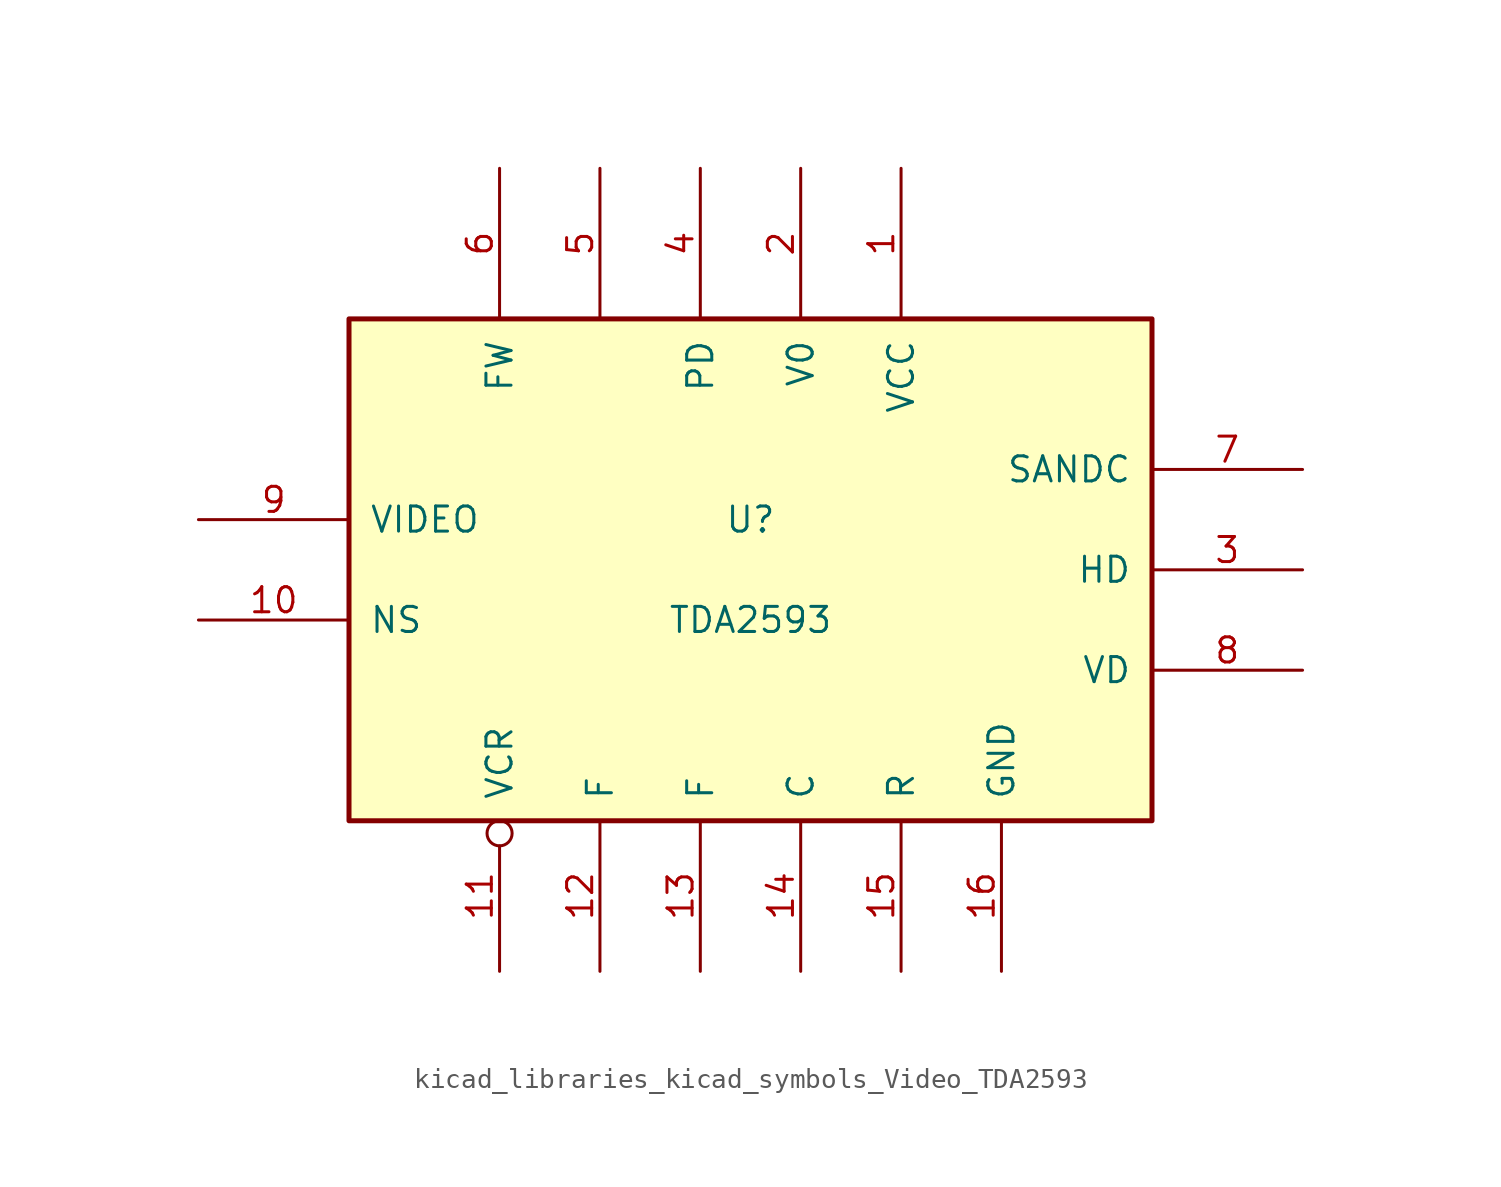
<source format=kicad_sym>
(kicad_symbol_lib
  (version 20220914)
  (generator kicad_symbol_editor)
  (symbol "kicad_libraries_kicad_symbols_Video_TDA2593"
    (pin_names
      (offset 1.016))
    (property "Reference" "U"
      (at 0 2.54 0)
      (effects (font (size 1.27 1.27))))
    (property "Value" "TDA2593"
      (at 0 -2.54 0)
      (effects (font (size 1.27 1.27))))
    (symbol "kicad_libraries_kicad_symbols_Video_TDA2593_0_1"
      (rectangle (start -20.32 -12.7) (end 20.32 12.7) (stroke (width 0.254) (type default)) (fill (type background))))
    (symbol "kicad_libraries_kicad_symbols_Video_TDA2593_1_1"
      (pin input line (at 7.62 20.32 270) (length 7.62) (name "VCC" (effects (font (size 1.27 1.27)))) (number "1" (effects (font (size 1.27 1.27)))))
      (pin input line (at -27.94 -2.54 0) (length 7.62) (name "NS" (effects (font (size 1.27 1.27)))) (number "10" (effects (font (size 1.27 1.27)))))
      (pin input inverted (at -12.7 -20.32 90) (length 7.62) (name "VCR" (effects (font (size 1.27 1.27)))) (number "11" (effects (font (size 1.27 1.27)))))
      (pin input line (at -7.62 -20.32 90) (length 7.62) (name "F" (effects (font (size 1.27 1.27)))) (number "12" (effects (font (size 1.27 1.27)))))
      (pin input line (at -2.54 -20.32 90) (length 7.62) (name "F" (effects (font (size 1.27 1.27)))) (number "13" (effects (font (size 1.27 1.27)))))
      (pin input line (at 2.54 -20.32 90) (length 7.62) (name "C" (effects (font (size 1.27 1.27)))) (number "14" (effects (font (size 1.27 1.27)))))
      (pin input line (at 7.62 -20.32 90) (length 7.62) (name "R" (effects (font (size 1.27 1.27)))) (number "15" (effects (font (size 1.27 1.27)))))
      (pin input line (at 12.7 -20.32 90) (length 7.62) (name "GND" (effects (font (size 1.27 1.27)))) (number "16" (effects (font (size 1.27 1.27)))))
      (pin input line (at 2.54 20.32 270) (length 7.62) (name "V0" (effects (font (size 1.27 1.27)))) (number "2" (effects (font (size 1.27 1.27)))))
      (pin output line (at 27.94 0 180) (length 7.62) (name "HD" (effects (font (size 1.27 1.27)))) (number "3" (effects (font (size 1.27 1.27)))))
      (pin input line (at -2.54 20.32 270) (length 7.62) (name "PD" (effects (font (size 1.27 1.27)))) (number "4" (effects (font (size 1.27 1.27)))))
      (pin input line (at -7.62 20.32 270) (length 7.62) (name "~" (effects (font (size 1.27 1.27)))) (number "5" (effects (font (size 1.27 1.27)))))
      (pin input line (at -12.7 20.32 270) (length 7.62) (name "FW" (effects (font (size 1.27 1.27)))) (number "6" (effects (font (size 1.27 1.27)))))
      (pin output line (at 27.94 5.08 180) (length 7.62) (name "SANDC" (effects (font (size 1.27 1.27)))) (number "7" (effects (font (size 1.27 1.27)))))
      (pin output line (at 27.94 -5.08 180) (length 7.62) (name "VD" (effects (font (size 1.27 1.27)))) (number "8" (effects (font (size 1.27 1.27)))))
      (pin input line (at -27.94 2.54 0) (length 7.62) (name "VIDEO" (effects (font (size 1.27 1.27)))) (number "9" (effects (font (size 1.27 1.27))))))))
</source>
